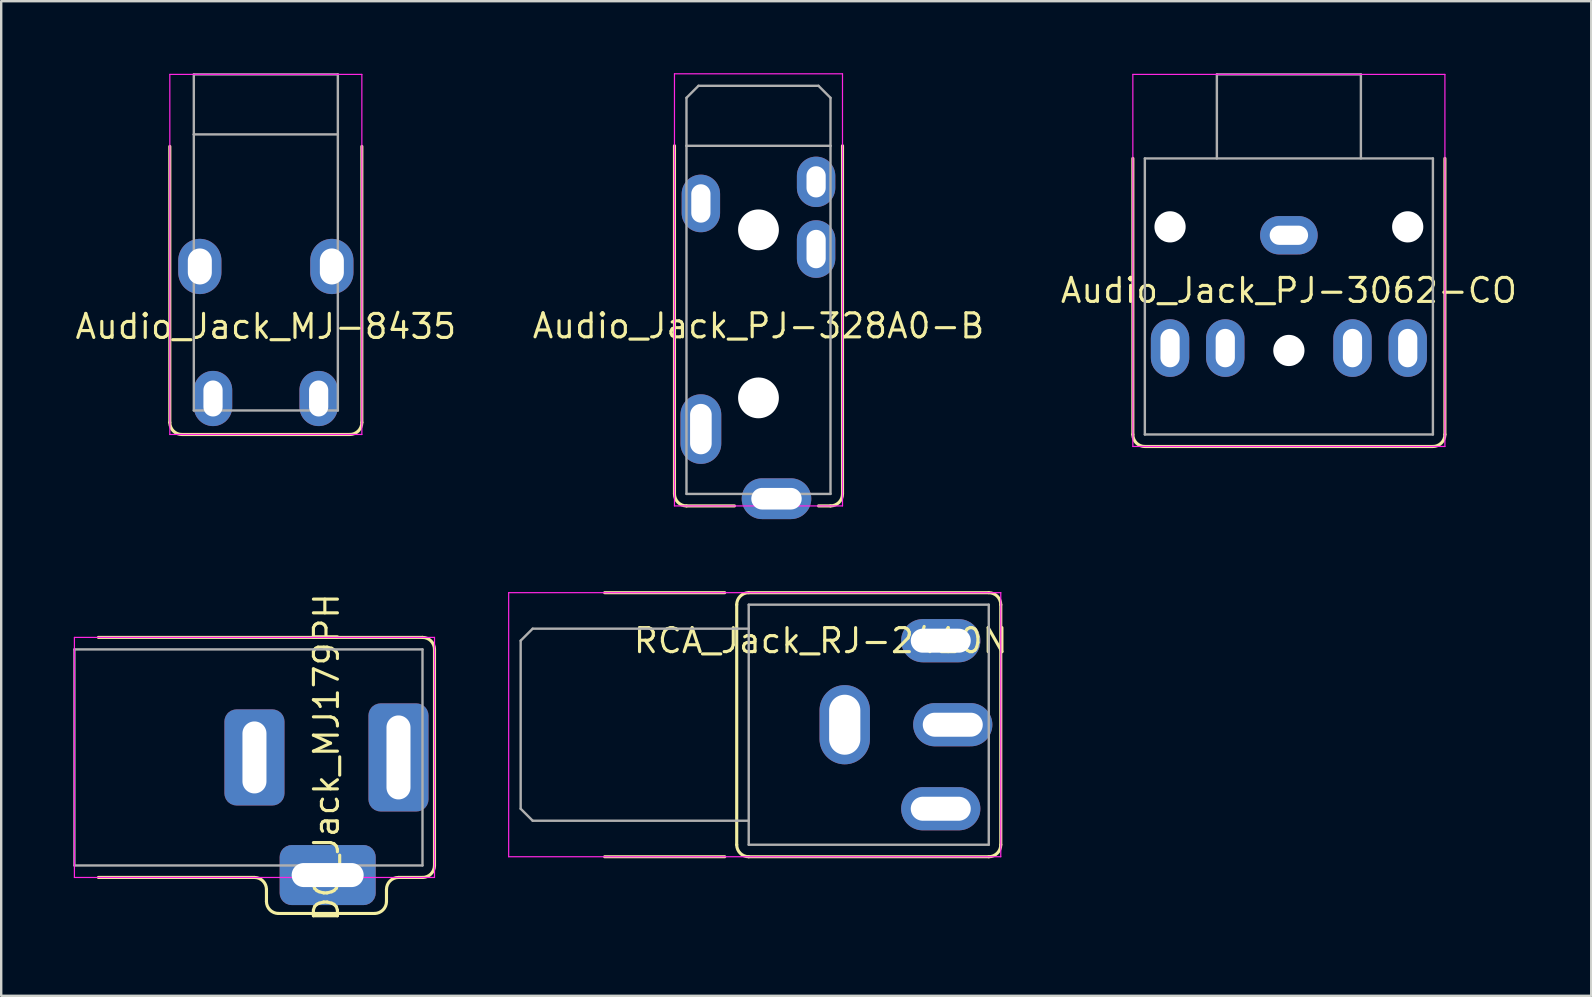
<source format=kicad_pcb>
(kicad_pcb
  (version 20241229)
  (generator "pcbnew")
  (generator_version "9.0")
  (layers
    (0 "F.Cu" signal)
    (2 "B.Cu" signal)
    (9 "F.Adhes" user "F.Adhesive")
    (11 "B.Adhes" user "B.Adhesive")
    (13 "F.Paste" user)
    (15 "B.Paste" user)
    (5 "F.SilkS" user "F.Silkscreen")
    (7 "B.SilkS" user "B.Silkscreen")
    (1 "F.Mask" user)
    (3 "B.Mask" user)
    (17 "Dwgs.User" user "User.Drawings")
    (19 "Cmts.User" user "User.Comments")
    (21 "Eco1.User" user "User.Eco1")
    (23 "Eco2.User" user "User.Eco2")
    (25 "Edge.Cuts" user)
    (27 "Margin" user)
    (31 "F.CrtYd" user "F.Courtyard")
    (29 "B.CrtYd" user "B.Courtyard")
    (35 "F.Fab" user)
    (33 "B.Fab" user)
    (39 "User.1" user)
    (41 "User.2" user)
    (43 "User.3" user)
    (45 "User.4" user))
  (footprint "RCA_Jack_RJ-2410N"
    (layer "F.Cu")
    (at 32.14 27.14)
    (property "Reference" "RCA_Jack_RJ-2410N" (at -1 -3.5 0) (layer "F.SilkS") (effects (font (size 1 1) (thickness 0.13))))
    (attr through_hole)
    (fp_line (start -10 5.5) (end -5 5.5) (stroke (width 0.13) (type solid)) (layer "F.SilkS"))
    (fp_line (start -5 -5.5) (end -10 -5.5) (stroke (width 0.13) (type solid)) (layer "F.SilkS"))
    (fp_line (start -4.5 -5) (end -4.5 5) (stroke (width 0.13) (type solid)) (layer "F.SilkS"))
    (fp_line (start -4 -5.5) (end 6 -5.5) (stroke (width 0.13) (type solid)) (layer "F.SilkS"))
    (fp_line (start 6 5.5) (end -4 5.5) (stroke (width 0.13) (type solid)) (layer "F.SilkS"))
    (fp_line (start 6.5 -5) (end 6.5 5) (stroke (width 0.13) (type solid)) (layer "F.SilkS"))
    (fp_arc (start -4.5 -5) (mid -4.353553 -5.353553) (end -4 -5.5) (stroke (width 0.13) (type solid)) (layer "F.SilkS"))
    (fp_arc (start -4 5.5) (mid -4.353553 5.353553) (end -4.5 5) (stroke (width 0.13) (type solid)) (layer "F.SilkS"))
    (fp_arc (start 6 -5.5) (mid 6.353553 -5.353553) (end 6.5 -5) (stroke (width 0.13) (type solid)) (layer "F.SilkS"))
    (fp_arc (start 6.5 5) (mid 6.353553 5.353553) (end 6 5.5) (stroke (width 0.13) (type solid)) (layer "F.SilkS"))
    (fp_line (start -14 -5.5) (end 6.5 -5.5) (stroke (width 0.05) (type solid)) (layer "F.CrtYd"))
    (fp_line (start -14 5.5) (end -14 -5.5) (stroke (width 0.05) (type solid)) (layer "F.CrtYd"))
    (fp_line (start 6.5 -5.5) (end 6.5 5.5) (stroke (width 0.05) (type solid)) (layer "F.CrtYd"))
    (fp_line (start 6.5 5.5) (end -14 5.5) (stroke (width 0.05) (type solid)) (layer "F.CrtYd"))
    (fp_line (start -13.5 -3.5) (end -13.5 3.5) (stroke (width 0.1) (type solid)) (layer "F.Fab"))
    (fp_line (start -13 -4) (end -13.5 -3.5) (stroke (width 0.1) (type solid)) (layer "F.Fab"))
    (fp_line (start -13 4) (end -13.5 3.5) (stroke (width 0.1) (type solid)) (layer "F.Fab"))
    (fp_line (start -13 4) (end -4 4) (stroke (width 0.1) (type solid)) (layer "F.Fab"))
    (fp_line (start -4 -5) (end 6 -5) (stroke (width 0.1) (type solid)) (layer "F.Fab"))
    (fp_line (start -4 -4) (end -13 -4) (stroke (width 0.1) (type solid)) (layer "F.Fab"))
    (fp_line (start -4 5) (end -4 -5) (stroke (width 0.1) (type solid)) (layer "F.Fab"))
    (fp_line (start 6 -5) (end 6 5) (stroke (width 0.1) (type solid)) (layer "F.Fab"))
    (fp_line (start 6 5) (end -4 5) (stroke (width 0.1) (type solid)) (layer "F.Fab"))
    (pad "1" thru_hole oval (at 4 -3.5) (size 3.3 1.8) (drill oval 2.5 1) (layers "*.Cu" "*.Mask"))
    (pad "1" thru_hole oval (at 4 3.5) (size 3.3 1.8) (drill oval 2.5 1) (layers "*.Cu" "*.Mask"))
    (pad "1" thru_hole oval (at 4.5 0) (size 3.3 1.8) (drill oval 2.5 1) (layers "*.Cu" "*.Mask"))
    (pad "2" thru_hole oval (at 0 0) (size 2.1 3.3) (drill oval 1.3 2.5) (layers "*.Cu" "*.Mask")))
  (footprint "Audio_Jack_MJ-8435"
    (layer "F.Cu")
    (at 8.024 8.05)
    (property "Reference" "Audio_Jack_MJ-8435" (at 0 2.5 0) (layer "F.SilkS") (effects (font (size 1 1) (thickness 0.13))))
    (attr through_hole)
    (fp_line (start -4 -5) (end -4 6.5) (stroke (width 0.13) (type solid)) (layer "F.SilkS"))
    (fp_line (start 3.5 7) (end -3.5 7) (stroke (width 0.13) (type solid)) (layer "F.SilkS"))
    (fp_line (start 4 6.5) (end 4 -5) (stroke (width 0.13) (type solid)) (layer "F.SilkS"))
    (fp_arc (start -3.5 7) (mid -3.853553 6.853553) (end -4 6.5) (stroke (width 0.13) (type solid)) (layer "F.SilkS"))
    (fp_arc (start 4 6.5) (mid 3.853553 6.853553) (end 3.5 7) (stroke (width 0.13) (type solid)) (layer "F.SilkS"))
    (fp_line (start -4 -8) (end 4 -8) (stroke (width 0.05) (type solid)) (layer "F.CrtYd"))
    (fp_line (start -4 7) (end -4 -8) (stroke (width 0.05) (type solid)) (layer "F.CrtYd"))
    (fp_line (start 4 -8) (end 4 7) (stroke (width 0.05) (type solid)) (layer "F.CrtYd"))
    (fp_line (start 4 7) (end -4 7) (stroke (width 0.05) (type solid)) (layer "F.CrtYd"))
    (fp_line (start -3 -8) (end 3 -8) (stroke (width 0.1) (type solid)) (layer "F.Fab"))
    (fp_line (start -3 -5.5) (end -3 -8) (stroke (width 0.1) (type solid)) (layer "F.Fab"))
    (fp_line (start -3 -5.5) (end 3 -5.5) (stroke (width 0.1) (type solid)) (layer "F.Fab"))
    (fp_line (start -3 6) (end -3 -5.5) (stroke (width 0.1) (type solid)) (layer "F.Fab"))
    (fp_line (start 3 -8) (end 3 -5.5) (stroke (width 0.1) (type solid)) (layer "F.Fab"))
    (fp_line (start 3 -5.5) (end 3 6) (stroke (width 0.1) (type solid)) (layer "F.Fab"))
    (fp_line (start 3 6) (end -3 6) (stroke (width 0.1) (type solid)) (layer "F.Fab"))
    (pad "R" thru_hole oval (at 2.2 5.5) (size 1.6 2.3) (drill oval 0.8 1.5) (layers "*.Cu" "*.Mask"))
    (pad "S" thru_hole oval (at -2.2 5.5) (size 1.6 2.3) (drill oval 0.8 1.5) (layers "*.Cu" "*.Mask"))
    (pad "T" thru_hole oval (at -2.75 0) (size 1.8 2.3) (drill oval 1 1.5) (layers "*.Cu" "*.Mask"))
    (pad "T" thru_hole oval (at 2.75 0) (size 1.8 2.3) (drill oval 1 1.5) (layers "*.Cu" "*.Mask")))
  (footprint "Audio_Jack_PJ-328A0-B"
    (layer "F.Cu")
    (at 28.547 3.025)
    (property "Reference" "Audio_Jack_PJ-328A0-B" (at 0 7.5 0) (layer "F.SilkS") (effects (font (size 1 1) (thickness 0.13))))
    (attr through_hole)
    (fp_line (start -3.5 0) (end -3.5 14.5) (stroke (width 0.13) (type solid)) (layer "F.SilkS"))
    (fp_line (start -3 15) (end -1 15) (stroke (width 0.13) (type solid)) (layer "F.SilkS"))
    (fp_line (start 2.5 15) (end 3 15) (stroke (width 0.13) (type solid)) (layer "F.SilkS"))
    (fp_line (start 3.5 14.5) (end 3.5 0) (stroke (width 0.13) (type solid)) (layer "F.SilkS"))
    (fp_arc (start -3 15) (mid -3.353553 14.853553) (end -3.5 14.5) (stroke (width 0.13) (type solid)) (layer "F.SilkS"))
    (fp_arc (start 3.5 14.5) (mid 3.353553 14.853553) (end 3 15) (stroke (width 0.13) (type solid)) (layer "F.SilkS"))
    (fp_line (start -3.5 -3) (end -3.5 15) (stroke (width 0.05) (type solid)) (layer "F.CrtYd"))
    (fp_line (start -3.5 15) (end 3.5 15) (stroke (width 0.05) (type solid)) (layer "F.CrtYd"))
    (fp_line (start 3.5 -3) (end -3.5 -3) (stroke (width 0.05) (type solid)) (layer "F.CrtYd"))
    (fp_line (start 3.5 15) (end 3.5 -3) (stroke (width 0.05) (type solid)) (layer "F.CrtYd"))
    (fp_line (start -3 -2) (end -2.5 -2.5) (stroke (width 0.1) (type solid)) (layer "F.Fab"))
    (fp_line (start -3 0) (end -3 -2) (stroke (width 0.1) (type solid)) (layer "F.Fab"))
    (fp_line (start -3 0) (end -3 14.5) (stroke (width 0.1) (type solid)) (layer "F.Fab"))
    (fp_line (start -3 14.5) (end 3 14.5) (stroke (width 0.1) (type solid)) (layer "F.Fab"))
    (fp_line (start 2.5 -2.5) (end -2.5 -2.5) (stroke (width 0.1) (type solid)) (layer "F.Fab"))
    (fp_line (start 2.5 -2.5) (end 3 -2) (stroke (width 0.1) (type solid)) (layer "F.Fab"))
    (fp_line (start 3 0) (end -3 0) (stroke (width 0.1) (type solid)) (layer "F.Fab"))
    (fp_line (start 3 0) (end 3 -2) (stroke (width 0.1) (type solid)) (layer "F.Fab"))
    (fp_line (start 3 0) (end 3 14.5) (stroke (width 0.1) (type solid)) (layer "F.Fab"))
    (pad "" np_thru_hole circle (at 0 3.5) (size 1.7 1.7) (drill 1.7) (layers "*.Cu" "*.Mask"))
    (pad "" np_thru_hole circle (at 0 10.5) (size 1.7 1.7) (drill 1.7) (layers "*.Cu" "*.Mask"))
    (pad "R" thru_hole oval (at 2.4 4.3) (size 1.6 2.4) (drill oval 0.8 1.6) (layers "*.Cu" "*.Mask"))
    (pad "RN" thru_hole oval (at 2.4 1.5) (size 1.6 2.1) (drill oval 0.8 1.3) (layers "*.Cu" "*.Mask"))
    (pad "S" thru_hole oval (at -2.4 2.4) (size 1.6 2.4) (drill oval 0.8 1.6) (layers "*.Cu" "*.Mask"))
    (pad "T" thru_hole oval (at -2.4 11.8) (size 1.7 2.9) (drill oval 0.9 2.1) (layers "*.Cu" "*.Mask"))
    (pad "TN" thru_hole oval (at 0.75 14.7 90) (size 1.7 2.9) (drill oval 0.9 2.1) (layers "*.Cu" "*.Mask")))
  (footprint "DC_Jack_MJ179PH"
    (layer "F.Cu")
    (at 7.55 28.503)
    (property "Reference" "DC_Jack_MJ179PH" (at 3 0 90) (layer "F.SilkS") (effects (font (size 1 1) (thickness 0.13))))
    (attr through_hole)
    (fp_line (start -6.5 5) (end 0 5) (stroke (width 0.13) (type solid)) (layer "F.SilkS"))
    (fp_line (start 0.5 5.5) (end 0.5 6) (stroke (width 0.13) (type solid)) (layer "F.SilkS"))
    (fp_line (start 1 6.5) (end 5 6.5) (stroke (width 0.13) (type solid)) (layer "F.SilkS"))
    (fp_line (start 5.5 5.5) (end 5.5 6) (stroke (width 0.13) (type solid)) (layer "F.SilkS"))
    (fp_line (start 7 -5) (end -6.5 -5) (stroke (width 0.13) (type solid)) (layer "F.SilkS"))
    (fp_line (start 7 5) (end 6 5) (stroke (width 0.13) (type solid)) (layer "F.SilkS"))
    (fp_line (start 7.5 4.5) (end 7.5 -4.5) (stroke (width 0.13) (type solid)) (layer "F.SilkS"))
    (fp_arc (start 0 5) (mid 0.353553 5.146447) (end 0.5 5.5) (stroke (width 0.13) (type solid)) (layer "F.SilkS"))
    (fp_arc (start 1 6.5) (mid 0.646447 6.353553) (end 0.5 6) (stroke (width 0.13) (type solid)) (layer "F.SilkS"))
    (fp_arc (start 5.5 5.5) (mid 5.646447 5.146447) (end 6 5) (stroke (width 0.13) (type solid)) (layer "F.SilkS"))
    (fp_arc (start 5.5 6) (mid 5.353553 6.353553) (end 5 6.5) (stroke (width 0.13) (type solid)) (layer "F.SilkS"))
    (fp_arc (start 7 -5) (mid 7.353553 -4.853553) (end 7.5 -4.5) (stroke (width 0.13) (type solid)) (layer "F.SilkS"))
    (fp_arc (start 7.5 4.5) (mid 7.353553 4.853553) (end 7 5) (stroke (width 0.13) (type solid)) (layer "F.SilkS"))
    (fp_line (start -7.5 -5) (end -7.5 5) (stroke (width 0.05) (type solid)) (layer "F.CrtYd"))
    (fp_line (start -7.5 5) (end 7.5 5) (stroke (width 0.05) (type solid)) (layer "F.CrtYd"))
    (fp_line (start 7.5 -5) (end -7.5 -5) (stroke (width 0.05) (type solid)) (layer "F.CrtYd"))
    (fp_line (start 7.5 5) (end 7.5 -5) (stroke (width 0.05) (type solid)) (layer "F.CrtYd"))
    (fp_line (start -7.5 -4.5) (end -7.5 4.5) (stroke (width 0.1) (type solid)) (layer "F.Fab"))
    (fp_line (start 7 -4.5) (end -7.5 -4.5) (stroke (width 0.1) (type solid)) (layer "F.Fab"))
    (fp_line (start 7 4.5) (end -7.5 4.5) (stroke (width 0.1) (type solid)) (layer "F.Fab"))
    (fp_line (start 7 4.5) (end 7 -4.5) (stroke (width 0.1) (type solid)) (layer "F.Fab"))
    (pad "1" thru_hole roundrect (at 6 0) (size 2.5 4.5) (drill oval 1 3.5) (layers "*.Cu" "*.Mask") (roundrect_rratio 0.2))
    (pad "2" thru_hole roundrect (at 0 0) (size 2.5 4) (drill oval 1 3) (layers "*.Cu" "*.Mask") (roundrect_rratio 0.2))
    (pad "3" thru_hole roundrect (at 3.05 4.9) (size 4 2.5) (drill oval 3 1) (layers "*.Cu" "*.Mask") (roundrect_rratio 0.2)))
  (footprint "Audio_Jack_PJ-3062-CO"
    (layer "F.Cu")
    (at 50.642 15.05)
    (property "Reference" "Audio_Jack_PJ-3062-CO" (at 0 -6 0) (layer "F.SilkS") (effects (font (size 1 1) (thickness 0.13))))
    (attr through_hole)
    (fp_line (start -6.5 -11.5) (end -6.5 0) (stroke (width 0.13) (type solid)) (layer "F.SilkS"))
    (fp_line (start -6 0.5) (end 6 0.5) (stroke (width 0.13) (type solid)) (layer "F.SilkS"))
    (fp_line (start 6.5 0) (end 6.5 -11.5) (stroke (width 0.13) (type solid)) (layer "F.SilkS"))
    (fp_arc (start -6 0.5) (mid -6.353553 0.353553) (end -6.5 0) (stroke (width 0.13) (type solid)) (layer "F.SilkS"))
    (fp_arc (start 6.5 0) (mid 6.353553 0.353553) (end 6 0.5) (stroke (width 0.13) (type solid)) (layer "F.SilkS"))
    (fp_line (start -6.5 -15) (end -6.5 0.5) (stroke (width 0.05) (type solid)) (layer "F.CrtYd"))
    (fp_line (start -6.5 0.5) (end 6.5 0.5) (stroke (width 0.05) (type solid)) (layer "F.CrtYd"))
    (fp_line (start 6.5 -15) (end -6.5 -15) (stroke (width 0.05) (type solid)) (layer "F.CrtYd"))
    (fp_line (start 6.5 0.5) (end 6.5 -15) (stroke (width 0.05) (type solid)) (layer "F.CrtYd"))
    (fp_line (start -6 -11.5) (end -6 0) (stroke (width 0.1) (type solid)) (layer "F.Fab"))
    (fp_line (start -6 0) (end 6 0) (stroke (width 0.1) (type solid)) (layer "F.Fab"))
    (fp_line (start -3 -15) (end 3 -15) (stroke (width 0.1) (type solid)) (layer "F.Fab"))
    (fp_line (start -3 -11.5) (end -3 -15) (stroke (width 0.1) (type solid)) (layer "F.Fab"))
    (fp_line (start 3 -15) (end 3 -11.5) (stroke (width 0.1) (type solid)) (layer "F.Fab"))
    (fp_line (start 6 -11.5) (end -6 -11.5) (stroke (width 0.1) (type solid)) (layer "F.Fab"))
    (fp_line (start 6 0) (end 6 -11.5) (stroke (width 0.1) (type solid)) (layer "F.Fab"))
    (pad "" np_thru_hole circle (at -4.95 -8.65) (size 1.3 1.3) (drill 1.3) (layers "*.Cu" "*.Mask"))
    (pad "" np_thru_hole circle (at 0 -3.5) (size 1.3 1.3) (drill 1.3) (layers "*.Cu" "*.Mask"))
    (pad "" np_thru_hole circle (at 4.95 -8.65) (size 1.3 1.3) (drill 1.3) (layers "*.Cu" "*.Mask"))
    (pad "R" thru_hole oval (at 4.95 -3.6 90) (size 2.4 1.6) (drill oval 1.6 0.8) (layers "*.Cu" "*.Mask"))
    (pad "RN" thru_hole oval (at 2.65 -3.6 90) (size 2.4 1.6) (drill oval 1.6 0.8) (layers "*.Cu" "*.Mask"))
    (pad "S" thru_hole oval (at 0 -8.3) (size 2.4 1.6) (drill oval 1.6 0.8) (layers "*.Cu" "*.Mask"))
    (pad "T" thru_hole oval (at -4.95 -3.6 90) (size 2.4 1.6) (drill oval 1.6 0.8) (layers "*.Cu" "*.Mask"))
    (pad "TN" thru_hole oval (at -2.65 -3.6 90) (size 2.4 1.6) (drill oval 1.6 0.8) (layers "*.Cu" "*.Mask")))
  (gr_rect
    (start -3 -3)
    (end 63.237 38.432)
    (stroke (width 0.1) (type default))
    (fill no)
    (layer "Edge.Cuts")))
</source>
